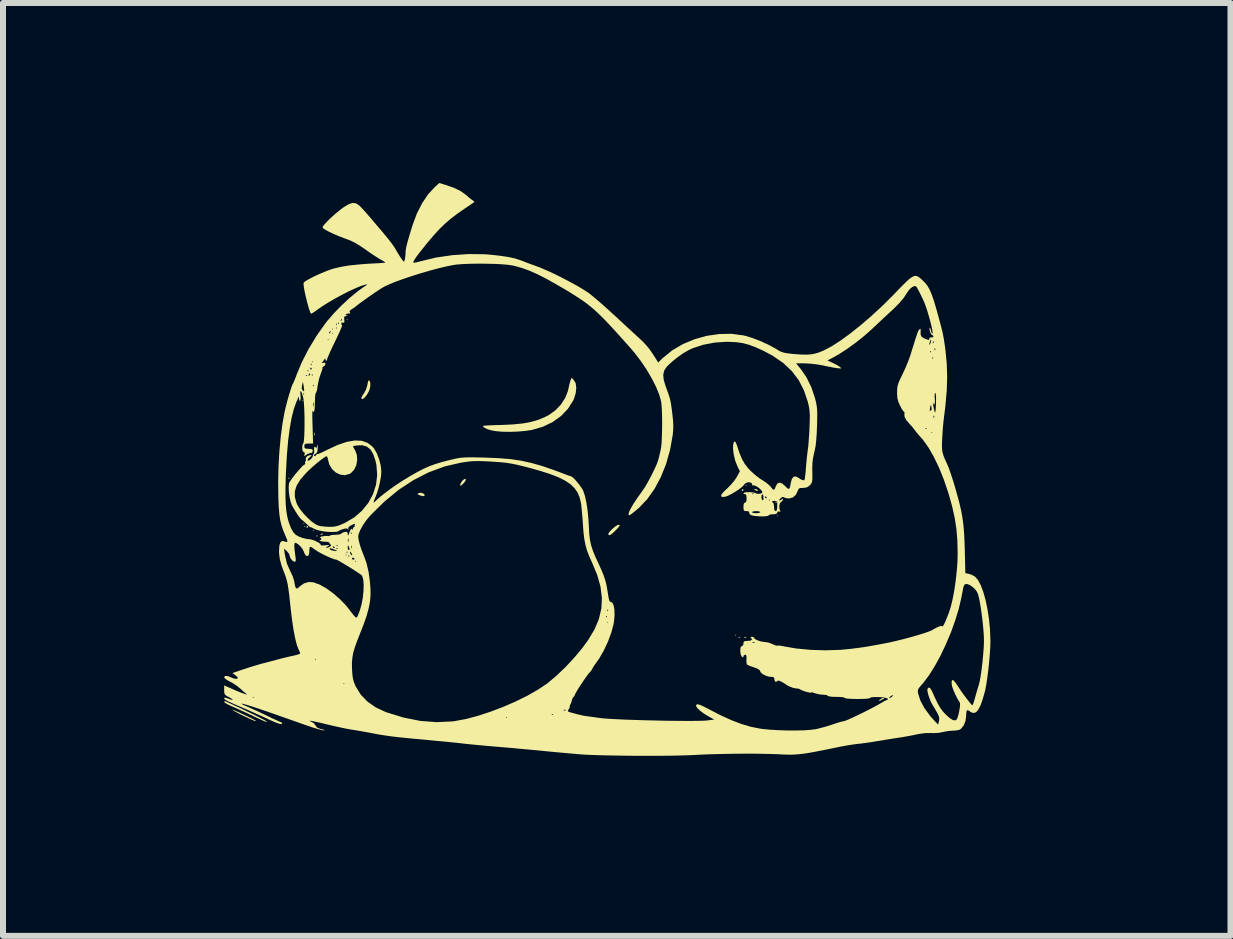
<source format=kicad_pcb>
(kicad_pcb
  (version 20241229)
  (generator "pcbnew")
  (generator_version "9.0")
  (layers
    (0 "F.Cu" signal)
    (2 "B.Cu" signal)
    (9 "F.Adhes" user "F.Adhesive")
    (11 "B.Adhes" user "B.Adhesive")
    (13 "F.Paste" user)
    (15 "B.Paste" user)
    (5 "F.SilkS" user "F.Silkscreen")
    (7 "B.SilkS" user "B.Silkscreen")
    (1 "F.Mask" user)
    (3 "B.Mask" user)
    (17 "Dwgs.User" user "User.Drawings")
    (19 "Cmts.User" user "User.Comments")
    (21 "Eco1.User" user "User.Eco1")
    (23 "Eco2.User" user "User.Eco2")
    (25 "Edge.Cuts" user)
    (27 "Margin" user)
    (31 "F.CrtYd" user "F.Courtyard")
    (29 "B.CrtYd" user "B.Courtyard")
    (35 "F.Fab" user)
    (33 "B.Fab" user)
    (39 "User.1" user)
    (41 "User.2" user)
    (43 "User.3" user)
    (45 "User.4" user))
  (footprint "kodakku_ura"
    (layer "F.Cu")
    (at 7.229 4.342)
    (property "Reference" "kodakku_ura" (at 0 0 0) (layer "User.1") (effects (font (size 1.5 1.5) (thickness 0.3))))
    (attr board_only exclude_from_pos_files exclude_from_bom)
    (fp_poly (pts (xy -5.224 -0.712) (xy -5.233 -0.704) (xy -5.242 -0.712) (xy -5.233 -0.721)) (stroke (width 0) (type solid)) (fill yes) (layer "F.SilkS"))
    (fp_poly (pts (xy -5.207 1.328) (xy -5.215 1.337) (xy -5.224 1.328) (xy -5.215 1.319)) (stroke (width 0) (type solid)) (fill yes) (layer "F.SilkS"))
    (fp_poly (pts (xy -5.189 1.381) (xy -5.198 1.39) (xy -5.207 1.381) (xy -5.198 1.372)) (stroke (width 0) (type solid)) (fill yes) (layer "F.SilkS"))
    (fp_poly (pts (xy -5.048 1.451) (xy -5.057 1.46) (xy -5.066 1.451) (xy -5.057 1.442)) (stroke (width 0) (type solid)) (fill yes) (layer "F.SilkS"))
    (fp_poly (pts (xy -4.485 -2.067) (xy -4.494 -2.058) (xy -4.503 -2.067) (xy -4.494 -2.076)) (stroke (width 0) (type solid)) (fill yes) (layer "F.SilkS"))
    (fp_poly (pts (xy 1.988 3.193) (xy 1.979 3.201) (xy 1.97 3.193) (xy 1.979 3.184)) (stroke (width 0) (type solid)) (fill yes) (layer "F.SilkS"))
    (fp_poly (pts (xy 2.164 0.695) (xy 2.155 0.704) (xy 2.146 0.695) (xy 2.155 0.686)) (stroke (width 0) (type solid)) (fill yes) (layer "F.SilkS"))
    (fp_poly (pts (xy 2.691 1.205) (xy 2.682 1.214) (xy 2.674 1.205) (xy 2.682 1.196)) (stroke (width 0) (type solid)) (fill yes) (layer "F.SilkS"))
    (fp_poly (pts (xy -5.459 0.569) (xy -5.457 0.59) (xy -5.459 0.592) (xy -5.469 0.59) (xy -5.47 0.58) (xy -5.464 0.566)) (stroke (width 0) (type solid)) (fill yes) (layer "F.SilkS"))
    (fp_poly (pts (xy -5.037 -0.18) (xy -5.034 -0.144) (xy -5.037 -0.136) (xy -5.043 -0.134) (xy -5.046 -0.158) (xy -5.043 -0.183)) (stroke (width 0) (type solid)) (fill yes) (layer "F.SilkS"))
    (fp_poly (pts (xy -4.984 1.536) (xy -4.986 1.547) (xy -4.996 1.548) (xy -5.01 1.541) (xy -5.007 1.536) (xy -4.986 1.534)) (stroke (width 0) (type solid)) (fill yes) (layer "F.SilkS"))
    (fp_poly (pts (xy 2.052 3.225) (xy 2.05 3.235) (xy 2.04 3.237) (xy 2.026 3.23) (xy 2.029 3.225) (xy 2.05 3.223)) (stroke (width 0) (type solid)) (fill yes) (layer "F.SilkS"))
    (fp_poly (pts (xy 2.159 3.226) (xy 2.154 3.234) (xy 2.136 3.235) (xy 2.117 3.231) (xy 2.125 3.225) (xy 2.153 3.222)) (stroke (width 0) (type solid)) (fill yes) (layer "F.SilkS"))
    (fp_poly (pts (xy 2.668 0.973) (xy 2.665 0.984) (xy 2.656 0.985) (xy 2.642 0.979) (xy 2.644 0.973) (xy 2.665 0.971)) (stroke (width 0) (type solid)) (fill yes) (layer "F.SilkS"))
    (fp_poly (pts (xy -4.898 1.499) (xy -4.904 1.512) (xy -4.92 1.52) (xy -4.941 1.526) (xy -4.932 1.513) (xy -4.93 1.511) (xy -4.907 1.497)) (stroke (width 0) (type solid)) (fill yes) (layer "F.SilkS"))
    (fp_poly (pts (xy -5.142 1.383) (xy -5.145 1.39) (xy -5.161 1.406) (xy -5.164 1.407) (xy -5.171 1.394) (xy -5.171 1.39) (xy -5.158 1.373) (xy -5.153 1.372)) (stroke (width 0) (type solid)) (fill yes) (layer "F.SilkS"))
    (fp_poly (pts (xy 2.111 0.77) (xy 2.111 0.774) (xy 2.097 0.791) (xy 2.092 0.792) (xy 2.082 0.781) (xy 2.084 0.774) (xy 2.1 0.757) (xy 2.103 0.756)) (stroke (width 0) (type solid)) (fill yes) (layer "F.SilkS"))
    (fp_poly (pts (xy 2.339 0.766) (xy 2.348 0.774) (xy 2.35 0.789) (xy 2.329 0.787) (xy 2.304 0.774) (xy 2.288 0.76) (xy 2.304 0.757) (xy 2.308 0.757)) (stroke (width 0) (type solid)) (fill yes) (layer "F.SilkS"))
    (fp_poly (pts (xy 4.458 4.244) (xy 4.441 4.258) (xy 4.426 4.266) (xy 4.383 4.287) (xy 4.368 4.289) (xy 4.378 4.274) (xy 4.386 4.266) (xy 4.423 4.244) (xy 4.445 4.239)) (stroke (width 0) (type solid)) (fill yes) (layer "F.SilkS"))
    (fp_poly (pts (xy -3.229 0.83) (xy -3.204 0.851) (xy -3.201 0.863) (xy -3.215 0.877) (xy -3.257 0.871) (xy -3.289 0.86) (xy -3.318 0.846) (xy -3.317 0.834) (xy -3.303 0.825) (xy -3.267 0.819)) (stroke (width 0) (type solid)) (fill yes) (layer "F.SilkS"))
    (fp_poly (pts (xy -2.515 0.604) (xy -2.527 0.63) (xy -2.555 0.664) (xy -2.587 0.693) (xy -2.609 0.704) (xy -2.611 0.69) (xy -2.598 0.657) (xy -2.596 0.653) (xy -2.57 0.616) (xy -2.543 0.593) (xy -2.522 0.589)) (stroke (width 0) (type solid)) (fill yes) (layer "F.SilkS"))
    (fp_poly (pts (xy 0.046 1.357) (xy 0.049 1.368) (xy 0.032 1.392) (xy -0.007 1.434) (xy -0.024 1.451) (xy -0.081 1.505) (xy -0.119 1.528) (xy -0.138 1.522) (xy -0.141 1.506) (xy -0.128 1.48) (xy -0.095 1.443) (xy -0.053 1.404) (xy -0.011 1.371) (xy 0.022 1.355) (xy 0.026 1.354)) (stroke (width 0) (type solid)) (fill yes) (layer "F.SilkS"))
    (fp_poly (pts (xy -6.386 4.441) (xy -6.341 4.46) (xy -6.28 4.487) (xy -6.212 4.519) (xy -6.143 4.552) (xy -6.083 4.582) (xy -6.038 4.605) (xy -6.018 4.618) (xy -6.016 4.627) (xy -6.044 4.619) (xy -6.102 4.594) (xy -6.192 4.552) (xy -6.236 4.531) (xy -6.307 4.495) (xy -6.364 4.464) (xy -6.399 4.443) (xy -6.409 4.434) (xy -6.408 4.434)) (stroke (width 0) (type solid)) (fill yes) (layer "F.SilkS"))
    (fp_poly (pts (xy -4.116 -1.04) (xy -4.107 -1.002) (xy -4.109 -0.951) (xy -4.12 -0.899) (xy -4.125 -0.886) (xy -4.152 -0.833) (xy -4.184 -0.787) (xy -4.215 -0.754) (xy -4.241 -0.74) (xy -4.255 -0.748) (xy -4.257 -0.759) (xy -4.247 -0.785) (xy -4.222 -0.825) (xy -4.213 -0.837) (xy -4.182 -0.894) (xy -4.16 -0.96) (xy -4.157 -0.975) (xy -4.148 -1.023) (xy -4.137 -1.051) (xy -4.133 -1.055)) (stroke (width 0) (type solid)) (fill yes) (layer "F.SilkS"))
    (fp_poly (pts (xy -6.515 4.299) (xy -6.469 4.319) (xy -6.402 4.35) (xy -6.321 4.387) (xy -6.232 4.429) (xy -6.142 4.473) (xy -6.054 4.515) (xy -5.976 4.554) (xy -5.913 4.586) (xy -5.872 4.608) (xy -5.866 4.611) (xy -5.832 4.634) (xy -5.827 4.642) (xy -5.85 4.636) (xy -5.899 4.616) (xy -5.972 4.583) (xy -6.016 4.563) (xy -6.11 4.518) (xy -6.188 4.481) (xy -6.262 4.448) (xy -6.345 4.41) (xy -6.434 4.371) (xy -6.489 4.345) (xy -6.528 4.322) (xy -6.543 4.307) (xy -6.543 4.307) (xy -6.537 4.292) (xy -6.537 4.292)) (stroke (width 0) (type solid)) (fill yes) (layer "F.SilkS"))
    (fp_poly (pts (xy -0.716 -1.058) (xy -0.685 -1.004) (xy -0.675 -0.93) (xy -0.684 -0.842) (xy -0.712 -0.749) (xy -0.727 -0.716) (xy -0.814 -0.579) (xy -0.929 -0.459) (xy -1.068 -0.359) (xy -1.229 -0.281) (xy -1.406 -0.229) (xy -1.412 -0.227) (xy -1.52 -0.211) (xy -1.644 -0.2) (xy -1.774 -0.195) (xy -1.9 -0.197) (xy -2.01 -0.206) (xy -2.088 -0.219) (xy -2.151 -0.238) (xy -2.199 -0.26) (xy -2.226 -0.28) (xy -2.227 -0.295) (xy -2.207 -0.298) (xy -2.159 -0.301) (xy -2.086 -0.305) (xy -1.997 -0.308) (xy -1.915 -0.31) (xy -1.727 -0.319) (xy -1.566 -0.335) (xy -1.427 -0.361) (xy -1.304 -0.397) (xy -1.189 -0.446) (xy -1.133 -0.475) (xy -1.026 -0.551) (xy -0.932 -0.649) (xy -0.86 -0.76) (xy -0.814 -0.877) (xy -0.807 -0.908) (xy -0.793 -0.972) (xy -0.779 -1.028) (xy -0.771 -1.054) (xy -0.754 -1.096)) (stroke (width 0) (type solid)) (fill yes) (layer "F.SilkS"))
    (fp_poly (pts (xy -2.855 -4.311) (xy -2.714 -4.262) (xy -2.602 -4.207) (xy -2.514 -4.144) (xy -2.507 -4.138) (xy -2.46 -4.097) (xy -2.418 -4.064) (xy -2.4 -4.052) (xy -2.377 -4.034) (xy -2.375 -4.025) (xy -2.392 -4.012) (xy -2.432 -3.985) (xy -2.488 -3.947) (xy -2.524 -3.923) (xy -2.652 -3.834) (xy -2.763 -3.75) (xy -2.863 -3.664) (xy -2.959 -3.571) (xy -3.058 -3.462) (xy -3.168 -3.332) (xy -3.201 -3.29) (xy -3.28 -3.191) (xy -3.337 -3.116) (xy -3.373 -3.063) (xy -3.39 -3.03) (xy -3.39 -3.015) (xy -3.37 -3.015) (xy -3.325 -3.023) (xy -3.266 -3.039) (xy -3.26 -3.04) (xy -3.011 -3.1) (xy -2.745 -3.139) (xy -2.473 -3.158) (xy -2.209 -3.155) (xy -2.12 -3.149) (xy -1.948 -3.13) (xy -1.808 -3.109) (xy -1.694 -3.084) (xy -1.602 -3.054) (xy -1.582 -3.047) (xy -1.525 -3.024) (xy -1.451 -2.996) (xy -1.374 -2.969) (xy -1.372 -2.968) (xy -1.276 -2.932) (xy -1.162 -2.883) (xy -1.034 -2.824) (xy -0.902 -2.758) (xy -0.773 -2.69) (xy -0.652 -2.624) (xy -0.549 -2.562) (xy -0.469 -2.51) (xy -0.457 -2.501) (xy -0.406 -2.46) (xy -0.335 -2.4) (xy -0.25 -2.327) (xy -0.159 -2.246) (xy -0.068 -2.163) (xy 0.019 -2.084) (xy 0.035 -2.068) (xy 0.103 -2.005) (xy 0.186 -1.928) (xy 0.272 -1.849) (xy 0.341 -1.786) (xy 0.426 -1.707) (xy 0.492 -1.637) (xy 0.55 -1.566) (xy 0.607 -1.483) (xy 0.659 -1.401) (xy 0.689 -1.35) (xy 0.771 -1.429) (xy 0.925 -1.554) (xy 1.101 -1.657) (xy 1.295 -1.738) (xy 1.498 -1.795) (xy 1.707 -1.825) (xy 1.913 -1.829) (xy 2.111 -1.802) (xy 2.152 -1.793) (xy 2.272 -1.755) (xy 2.406 -1.703) (xy 2.539 -1.641) (xy 2.656 -1.577) (xy 2.677 -1.563) (xy 2.72 -1.538) (xy 2.763 -1.521) (xy 2.815 -1.508) (xy 2.886 -1.499) (xy 2.95 -1.492) (xy 3.078 -1.483) (xy 3.181 -1.482) (xy 3.268 -1.491) (xy 3.349 -1.511) (xy 3.432 -1.544) (xy 3.452 -1.553) (xy 3.583 -1.622) (xy 3.73 -1.717) (xy 3.891 -1.834) (xy 4.062 -1.97) (xy 4.239 -2.122) (xy 4.418 -2.287) (xy 4.595 -2.462) (xy 4.626 -2.495) (xy 4.726 -2.598) (xy 4.805 -2.677) (xy 4.866 -2.735) (xy 4.915 -2.772) (xy 4.955 -2.792) (xy 4.988 -2.795) (xy 5.02 -2.783) (xy 5.053 -2.759) (xy 5.093 -2.724) (xy 5.094 -2.723) (xy 5.14 -2.676) (xy 5.18 -2.625) (xy 5.214 -2.564) (xy 5.247 -2.488) (xy 5.281 -2.391) (xy 5.318 -2.268) (xy 5.336 -2.205) (xy 5.372 -2.074) (xy 5.4 -1.97) (xy 5.422 -1.884) (xy 5.438 -1.809) (xy 5.451 -1.738) (xy 5.463 -1.662) (xy 5.475 -1.574) (xy 5.479 -1.543) (xy 5.499 -1.331) (xy 5.506 -1.113) (xy 5.499 -0.883) (xy 5.477 -0.633) (xy 5.452 -0.431) (xy 5.443 -0.353) (xy 5.434 -0.254) (xy 5.427 -0.149) (xy 5.423 -0.084) (xy 5.419 0.009) (xy 5.42 0.078) (xy 5.426 0.134) (xy 5.44 0.189) (xy 5.465 0.253) (xy 5.503 0.336) (xy 5.508 0.347) (xy 5.537 0.418) (xy 5.571 0.517) (xy 5.61 0.636) (xy 5.649 0.769) (xy 5.688 0.908) (xy 5.708 0.984) (xy 5.737 1.107) (xy 5.759 1.227) (xy 5.776 1.353) (xy 5.788 1.493) (xy 5.796 1.655) (xy 5.8 1.779) (xy 5.809 2.16) (xy 5.867 2.171) (xy 5.923 2.191) (xy 5.972 2.22) (xy 6.02 2.275) (xy 6.066 2.361) (xy 6.108 2.473) (xy 6.146 2.607) (xy 6.177 2.756) (xy 6.202 2.918) (xy 6.219 3.087) (xy 6.226 3.259) (xy 6.227 3.305) (xy 6.224 3.397) (xy 6.217 3.509) (xy 6.206 3.634) (xy 6.193 3.763) (xy 6.177 3.887) (xy 6.161 3.998) (xy 6.145 4.087) (xy 6.137 4.125) (xy 6.098 4.261) (xy 6.061 4.365) (xy 6.024 4.436) (xy 5.987 4.478) (xy 5.947 4.491) (xy 5.904 4.478) (xy 5.874 4.456) (xy 5.848 4.442) (xy 5.831 4.453) (xy 5.824 4.495) (xy 5.822 4.543) (xy 5.811 4.625) (xy 5.781 4.699) (xy 5.737 4.753) (xy 5.716 4.767) (xy 5.68 4.778) (xy 5.625 4.784) (xy 5.599 4.785) (xy 5.527 4.79) (xy 5.452 4.804) (xy 5.435 4.808) (xy 5.366 4.821) (xy 5.283 4.826) (xy 5.242 4.824) (xy 5.133 4.826) (xy 5.018 4.843) (xy 5.004 4.846) (xy 4.93 4.862) (xy 4.836 4.879) (xy 4.74 4.896) (xy 4.705 4.901) (xy 4.607 4.916) (xy 4.494 4.934) (xy 4.382 4.953) (xy 4.336 4.96) (xy 4.241 4.976) (xy 4.144 4.99) (xy 4.059 5.001) (xy 4.019 5.005) (xy 3.942 5.015) (xy 3.848 5.029) (xy 3.756 5.046) (xy 3.738 5.049) (xy 3.561 5.086) (xy 3.415 5.115) (xy 3.293 5.139) (xy 3.191 5.157) (xy 3.105 5.17) (xy 3.03 5.178) (xy 2.961 5.183) (xy 2.894 5.185) (xy 2.823 5.184) (xy 2.744 5.181) (xy 2.7 5.178) (xy 2.541 5.173) (xy 2.355 5.169) (xy 2.152 5.168) (xy 1.941 5.17) (xy 1.732 5.174) (xy 1.532 5.179) (xy 1.35 5.187) (xy 1.302 5.19) (xy 1.189 5.195) (xy 1.048 5.199) (xy 0.887 5.202) (xy 0.709 5.204) (xy 0.521 5.204) (xy 0.328 5.204) (xy 0.136 5.202) (xy -0.049 5.199) (xy -0.222 5.196) (xy -0.378 5.191) (xy -0.51 5.186) (xy -0.614 5.179) (xy -0.624 5.178) (xy -0.75 5.167) (xy -0.894 5.154) (xy -1.041 5.141) (xy -1.174 5.128) (xy -1.196 5.126) (xy -1.323 5.113) (xy -1.466 5.1) (xy -1.609 5.087) (xy -1.736 5.075) (xy -1.759 5.073) (xy -1.97 5.055) (xy -2.149 5.04) (xy -2.3 5.026) (xy -2.426 5.014) (xy -2.531 5.003) (xy -2.603 4.995) (xy -2.662 4.988) (xy -2.75 4.979) (xy -2.859 4.968) (xy -2.983 4.957) (xy -3.115 4.944) (xy -3.219 4.934) (xy -3.389 4.919) (xy -3.53 4.905) (xy -3.647 4.893) (xy -3.746 4.881) (xy -3.834 4.869) (xy -3.915 4.857) (xy -3.997 4.843) (xy -4.084 4.826) (xy -4.107 4.822) (xy -4.203 4.804) (xy -4.305 4.786) (xy -4.396 4.771) (xy -4.424 4.767) (xy -4.492 4.755) (xy -4.584 4.736) (xy -4.69 4.713) (xy -4.798 4.688) (xy -4.837 4.679) (xy -4.93 4.656) (xy -5.01 4.638) (xy -5.072 4.625) (xy -5.109 4.619) (xy -5.118 4.619) (xy -5.11 4.629) (xy -5.086 4.638) (xy -5.05 4.66) (xy -5.022 4.697) (xy -4.993 4.734) (xy -4.946 4.754) (xy -4.921 4.76) (xy -4.883 4.769) (xy -4.869 4.777) (xy -4.874 4.78) (xy -4.906 4.777) (xy -4.967 4.762) (xy -5.054 4.736) (xy -5.165 4.699) (xy -5.296 4.653) (xy -5.347 4.635) (xy -5.404 4.615) (xy -5.486 4.586) (xy -5.588 4.55) (xy -5.701 4.51) (xy -5.819 4.469) (xy -5.856 4.457) (xy -5.984 4.413) (xy -6.089 4.379) (xy -6.17 4.354) (xy -6.225 4.339) (xy -6.253 4.334) (xy -6.253 4.339) (xy -6.223 4.356) (xy -6.161 4.383) (xy -6.147 4.389) (xy -6.082 4.418) (xy -5.996 4.457) (xy -5.903 4.501) (xy -5.817 4.542) (xy -5.739 4.58) (xy -5.671 4.611) (xy -5.621 4.634) (xy -5.595 4.644) (xy -5.593 4.644) (xy -5.577 4.657) (xy -5.576 4.663) (xy -5.588 4.675) (xy -5.625 4.67) (xy -5.688 4.647) (xy -5.78 4.607) (xy -5.822 4.587) (xy -5.904 4.549) (xy -6.003 4.505) (xy -6.104 4.46) (xy -6.165 4.433) (xy -6.286 4.381) (xy -6.379 4.341) (xy -6.446 4.31) (xy -6.493 4.288) (xy -6.522 4.271) (xy -6.537 4.259) (xy -6.543 4.249) (xy -6.543 4.246) (xy -6.536 4.234) (xy -6.509 4.239) (xy -6.482 4.249) (xy -6.428 4.269) (xy -6.402 4.273) (xy -6.405 4.263) (xy -6.439 4.24) (xy -6.458 4.23) (xy -6.069 4.23) (xy -6.06 4.239) (xy -6.051 4.23) (xy -6.06 4.222) (xy -6.069 4.23) (xy -6.458 4.23) (xy -6.46 4.229) (xy -6.508 4.202) (xy -6.533 4.179) (xy -6.542 4.148) (xy -6.543 4.109) (xy -6.543 4.031) (xy -6.39 4.098) (xy -6.308 4.133) (xy -6.241 4.159) (xy -6.192 4.176) (xy -6.165 4.183) (xy -6.165 4.178) (xy -6.174 4.171) (xy -6.201 4.15) (xy -6.242 4.114) (xy -6.274 4.084) (xy -6.334 4.036) (xy -6.386 4.002) (xy -4.556 4.002) (xy -4.547 4.011) (xy -4.538 4.002) (xy -4.547 3.993) (xy -4.556 4.002) (xy -6.386 4.002) (xy -6.406 3.989) (xy -6.446 3.968) (xy -6.497 3.94) (xy -6.533 3.913) (xy -6.543 3.896) (xy -6.53 3.874) (xy -6.494 3.873) (xy -6.441 3.892) (xy -6.432 3.896) (xy -6.382 3.916) (xy -6.341 3.922) (xy -6.317 3.914) (xy -6.315 3.906) (xy -6.328 3.886) (xy -6.359 3.858) (xy -6.36 3.857) (xy -6.405 3.825) (xy -6.215 3.76) (xy -6.12 3.729) (xy -6.019 3.698) (xy -5.928 3.671) (xy -5.884 3.66) (xy -5.861 3.654) (xy -4.414 3.654) (xy -4.413 3.744) (xy -4.412 3.766) (xy -4.406 3.855) (xy -4.396 3.922) (xy -4.379 3.982) (xy -4.351 4.048) (xy -4.268 4.183) (xy -4.156 4.3) (xy -4.017 4.397) (xy -3.852 4.474) (xy -3.844 4.477) (xy -3.556 4.566) (xy -3.276 4.622) (xy -3.006 4.643) (xy -2.744 4.631) (xy -2.697 4.625) (xy -2.517 4.591) (xy -2.416 4.565) (xy -1.847 4.565) (xy -1.838 4.573) (xy -1.829 4.565) (xy -1.838 4.556) (xy -1.847 4.565) (xy -2.416 4.565) (xy -2.318 4.539) (xy -2.227 4.509) (xy -1.085 4.509) (xy -1.082 4.519) (xy -1.073 4.521) (xy -1.059 4.514) (xy -1.061 4.509) (xy -1.082 4.507) (xy -1.085 4.509) (xy -2.227 4.509) (xy -2.11 4.471) (xy -2.044 4.446) (xy -0.889 4.446) (xy -0.872 4.449) (xy -0.849 4.446) (xy -0.849 4.44) (xy -0.873 4.435) (xy -0.883 4.438) (xy -0.889 4.446) (xy -2.044 4.446) (xy -1.898 4.391) (xy -1.691 4.301) (xy -1.495 4.205) (xy -1.319 4.105) (xy -1.169 4.005) (xy -1.149 3.99) (xy -1.004 3.868) (xy -0.853 3.724) (xy -0.707 3.567) (xy -0.573 3.406) (xy -0.477 3.274) (xy -0.371 3.097) (xy -0.322 2.982) (xy -0.158 2.982) (xy -0.15 2.99) (xy -0.141 2.982) (xy -0.15 2.973) (xy -0.158 2.982) (xy -0.322 2.982) (xy -0.298 2.923) (xy -0.289 2.885) (xy -0.176 2.885) (xy -0.169 2.899) (xy -0.164 2.896) (xy -0.162 2.876) (xy -0.164 2.873) (xy -0.175 2.875) (xy -0.176 2.885) (xy -0.289 2.885) (xy -0.264 2.779) (xy -0.158 2.779) (xy -0.152 2.794) (xy -0.147 2.791) (xy -0.144 2.77) (xy -0.147 2.767) (xy -0.157 2.77) (xy -0.158 2.779) (xy -0.264 2.779) (xy -0.257 2.749) (xy -0.248 2.571) (xy -0.271 2.387) (xy -0.325 2.193) (xy -0.41 1.988) (xy -0.459 1.879) (xy -0.496 1.783) (xy -0.522 1.691) (xy -0.541 1.593) (xy -0.555 1.478) (xy -0.564 1.354) (xy -0.571 1.251) (xy -0.58 1.151) (xy -0.588 1.064) (xy -0.596 0.999) (xy -0.599 0.982) (xy -0.621 0.892) (xy -0.656 0.812) (xy -0.706 0.741) (xy -0.773 0.677) (xy -0.861 0.618) (xy -0.972 0.562) (xy -1.108 0.509) (xy -1.274 0.456) (xy -1.47 0.401) (xy -1.556 0.379) (xy -1.664 0.353) (xy -1.758 0.334) (xy -1.849 0.32) (xy -1.95 0.31) (xy -2.072 0.302) (xy -2.099 0.3) (xy -2.216 0.294) (xy -2.308 0.292) (xy -2.383 0.293) (xy -2.452 0.298) (xy -2.523 0.307) (xy -2.599 0.319) (xy -2.871 0.382) (xy -3.133 0.479) (xy -3.388 0.609) (xy -3.636 0.772) (xy -3.876 0.97) (xy -4.107 1.198) (xy -4.173 1.277) (xy -4.231 1.361) (xy -4.275 1.441) (xy -4.303 1.511) (xy -4.309 1.551) (xy -4.302 1.61) (xy -4.281 1.69) (xy -4.251 1.78) (xy -4.216 1.867) (xy -4.171 1.991) (xy -4.136 2.142) (xy -4.113 2.311) (xy -4.105 2.419) (xy -4.104 2.526) (xy -4.113 2.634) (xy -4.135 2.746) (xy -4.169 2.871) (xy -4.219 3.014) (xy -4.279 3.167) (xy -4.33 3.296) (xy -4.367 3.401) (xy -4.393 3.49) (xy -4.407 3.572) (xy -4.414 3.654) (xy -5.861 3.654) (xy -5.796 3.637) (xy -5.701 3.612) (xy -5.646 3.597) (xy -5.031 3.597) (xy -5.022 3.606) (xy -5.013 3.597) (xy -5.022 3.588) (xy -5.031 3.597) (xy -5.646 3.597) (xy -5.62 3.59) (xy -5.537 3.569) (xy -5.448 3.548) (xy -5.387 3.535) (xy -5.33 3.521) (xy -5.291 3.508) (xy -5.277 3.497) (xy -5.284 3.471) (xy -5.302 3.434) (xy -5.331 3.359) (xy -5.359 3.251) (xy -5.386 3.111) (xy -5.412 2.939) (xy -5.436 2.738) (xy -5.444 2.665) (xy -5.458 2.531) (xy -5.472 2.426) (xy -5.485 2.343) (xy -5.501 2.275) (xy -5.519 2.216) (xy -5.538 2.164) (xy -5.586 2.037) (xy -5.615 1.929) (xy -5.628 1.831) (xy -5.629 1.791) (xy -5.626 1.75) (xy -5.545 1.75) (xy -5.532 1.847) (xy -5.498 2) (xy -5.436 2.139) (xy -5.428 2.154) (xy -5.398 2.219) (xy -5.377 2.29) (xy -5.374 2.306) (xy -5.361 2.374) (xy -5.347 2.41) (xy -5.326 2.416) (xy -5.297 2.395) (xy -5.281 2.379) (xy -5.214 2.331) (xy -5.133 2.307) (xy -5.057 2.312) (xy -4.953 2.35) (xy -4.839 2.414) (xy -4.722 2.499) (xy -4.609 2.598) (xy -4.506 2.706) (xy -4.468 2.754) (xy -4.414 2.825) (xy -4.378 2.87) (xy -4.354 2.895) (xy -4.339 2.9) (xy -4.328 2.891) (xy -4.317 2.869) (xy -4.314 2.863) (xy -4.28 2.776) (xy -4.252 2.674) (xy -4.232 2.564) (xy -4.221 2.454) (xy -4.218 2.353) (xy -4.225 2.268) (xy -4.243 2.207) (xy -4.247 2.2) (xy -4.266 2.184) (xy -4.308 2.155) (xy -4.366 2.117) (xy -4.433 2.074) (xy -4.504 2.031) (xy -4.57 1.991) (xy -4.621 1.961) (xy -4.362 1.961) (xy -4.354 1.97) (xy -4.345 1.961) (xy -4.354 1.952) (xy -4.362 1.961) (xy -4.621 1.961) (xy -4.625 1.959) (xy -4.662 1.939) (xy -4.674 1.935) (xy -4.711 1.927) (xy -4.736 1.917) (xy -4.415 1.917) (xy -4.401 1.933) (xy -4.388 1.935) (xy -4.369 1.926) (xy -4.371 1.917) (xy -4.394 1.9) (xy -4.399 1.9) (xy -4.415 1.913) (xy -4.415 1.917) (xy -4.736 1.917) (xy -4.769 1.905) (xy -4.839 1.874) (xy -4.846 1.87) (xy -4.48 1.87) (xy -4.477 1.881) (xy -4.468 1.882) (xy -4.453 1.876) (xy -4.456 1.87) (xy -4.477 1.868) (xy -4.48 1.87) (xy -4.846 1.87) (xy -4.876 1.856) (xy -4.521 1.856) (xy -4.512 1.865) (xy -4.503 1.856) (xy -4.512 1.847) (xy -4.521 1.856) (xy -4.876 1.856) (xy -4.912 1.838) (xy -4.96 1.812) (xy -4.503 1.812) (xy -4.497 1.826) (xy -4.491 1.823) (xy -4.491 1.821) (xy -4.446 1.821) (xy -4.432 1.849) (xy -4.415 1.864) (xy -4.413 1.865) (xy -4.409 1.852) (xy -4.419 1.83) (xy -4.437 1.806) (xy -4.446 1.801) (xy -4.446 1.821) (xy -4.491 1.821) (xy -4.489 1.803) (xy -4.491 1.8) (xy -4.502 1.802) (xy -4.503 1.812) (xy -4.96 1.812) (xy -4.978 1.802) (xy -5.029 1.769) (xy -5.045 1.758) (xy -4.784 1.758) (xy -4.784 1.758) (xy -4.768 1.774) (xy -4.724 1.786) (xy -4.67 1.791) (xy -4.663 1.787) (xy -4.685 1.775) (xy -4.705 1.767) (xy -4.753 1.75) (xy -4.763 1.747) (xy -4.673 1.747) (xy -4.671 1.758) (xy -4.661 1.759) (xy -4.647 1.753) (xy -4.65 1.747) (xy -4.671 1.745) (xy -4.673 1.747) (xy -4.763 1.747) (xy -4.776 1.744) (xy -4.784 1.746) (xy -4.784 1.758) (xy -5.045 1.758) (xy -5.078 1.733) (xy -5.106 1.72) (xy -5.119 1.732) (xy -5.124 1.774) (xy -5.125 1.821) (xy -5.136 1.863) (xy -5.159 1.877) (xy -5.185 1.863) (xy -5.208 1.824) (xy -5.211 1.812) (xy -5.232 1.766) (xy -5.268 1.718) (xy -5.31 1.678) (xy -5.348 1.655) (xy -5.359 1.654) (xy -5.371 1.666) (xy -5.374 1.704) (xy -5.37 1.772) (xy -5.357 1.871) (xy -5.356 1.878) (xy -5.35 1.932) (xy -5.352 1.96) (xy -5.364 1.97) (xy -5.37 1.97) (xy -5.402 1.955) (xy -5.432 1.921) (xy -5.451 1.879) (xy -5.453 1.864) (xy -5.465 1.833) (xy -5.495 1.797) (xy -5.499 1.793) (xy -5.545 1.75) (xy -5.626 1.75) (xy -5.624 1.704) (xy -5.608 1.649) (xy -5.58 1.624) (xy -5.54 1.629) (xy -5.534 1.632) (xy -5.503 1.642) (xy -5.49 1.634) (xy -5.494 1.604) (xy -5.517 1.548) (xy -5.525 1.53) (xy -5.561 1.443) (xy -5.589 1.359) (xy -5.61 1.271) (xy -5.624 1.17) (xy -5.634 1.051) (xy -5.64 0.906) (xy -5.641 0.88) (xy -5.522 0.88) (xy -5.517 1.015) (xy -5.506 1.131) (xy -5.489 1.23) (xy -5.465 1.317) (xy -5.435 1.395) (xy -5.423 1.421) (xy -5.389 1.481) (xy -5.351 1.52) (xy -5.297 1.551) (xy -5.23 1.575) (xy -5.158 1.591) (xy -5.135 1.593) (xy -5.087 1.6) (xy -5.035 1.618) (xy -4.986 1.641) (xy -4.949 1.665) (xy -4.933 1.685) (xy -4.935 1.693) (xy -4.926 1.697) (xy -4.89 1.698) (xy -4.861 1.696) (xy -4.811 1.692) (xy -4.793 1.693) (xy -4.8 1.702) (xy -4.82 1.714) (xy -4.844 1.732) (xy -4.839 1.74) (xy -4.837 1.74) (xy -4.803 1.73) (xy -4.791 1.723) (xy -4.732 1.723) (xy -4.719 1.741) (xy -4.714 1.741) (xy -4.697 1.735) (xy -4.697 1.734) (xy -4.701 1.728) (xy -4.484 1.728) (xy -4.48 1.763) (xy -4.468 1.777) (xy -4.452 1.767) (xy -4.452 1.763) (xy -4.459 1.738) (xy -4.464 1.724) (xy -4.43 1.724) (xy -4.427 1.749) (xy -4.421 1.746) (xy -4.419 1.71) (xy -4.421 1.702) (xy -4.427 1.7) (xy -4.43 1.724) (xy -4.464 1.724) (xy -4.468 1.715) (xy -4.479 1.694) (xy -4.483 1.704) (xy -4.484 1.728) (xy -4.701 1.728) (xy -4.709 1.719) (xy -4.714 1.715) (xy -4.73 1.716) (xy -4.732 1.723) (xy -4.791 1.723) (xy -4.777 1.714) (xy -4.758 1.695) (xy -4.759 1.695) (xy -4.673 1.695) (xy -4.671 1.705) (xy -4.661 1.706) (xy -4.647 1.7) (xy -4.65 1.695) (xy -4.671 1.692) (xy -4.673 1.695) (xy -4.759 1.695) (xy -4.764 1.689) (xy -4.782 1.674) (xy -4.784 1.662) (xy -4.795 1.645) (xy -4.831 1.637) (xy -4.863 1.636) (xy -4.913 1.632) (xy -4.947 1.621) (xy -4.953 1.616) (xy -4.954 1.609) (xy -4.482 1.609) (xy -4.48 1.64) (xy -4.475 1.642) (xy -4.474 1.641) (xy -4.47 1.606) (xy -4.473 1.588) (xy -4.479 1.581) (xy -4.482 1.604) (xy -4.482 1.609) (xy -4.954 1.609) (xy -4.955 1.604) (xy -4.946 1.608) (xy -4.928 1.606) (xy -4.925 1.593) (xy -4.937 1.568) (xy -4.947 1.564) (xy -4.947 1.559) (xy -4.92 1.55) (xy -4.908 1.547) (xy -4.857 1.539) (xy -4.818 1.54) (xy -4.815 1.541) (xy -4.79 1.542) (xy -4.784 1.536) (xy -4.769 1.528) (xy -4.728 1.522) (xy -4.696 1.521) (xy -4.642 1.518) (xy -4.605 1.509) (xy -4.595 1.502) (xy -4.569 1.485) (xy -4.534 1.474) (xy -4.499 1.472) (xy -4.486 1.489) (xy -4.484 1.511) (xy -4.481 1.533) (xy -4.474 1.527) (xy -4.461 1.495) (xy -4.433 1.495) (xy -4.426 1.51) (xy -4.421 1.507) (xy -4.419 1.486) (xy -4.421 1.483) (xy -4.431 1.486) (xy -4.433 1.495) (xy -4.461 1.495) (xy -4.459 1.491) (xy -4.456 1.48) (xy -4.436 1.434) (xy -4.422 1.42) (xy -4.413 1.427) (xy -4.401 1.44) (xy -4.398 1.42) (xy -4.388 1.394) (xy -4.377 1.39) (xy -4.365 1.383) (xy -4.368 1.378) (xy -4.369 1.357) (xy -4.361 1.344) (xy -4.363 1.337) (xy -4.39 1.345) (xy -4.413 1.355) (xy -4.459 1.382) (xy -4.476 1.406) (xy -4.474 1.421) (xy -4.47 1.439) (xy -4.481 1.428) (xy -4.498 1.415) (xy -4.526 1.416) (xy -4.571 1.429) (xy -4.614 1.445) (xy -4.636 1.458) (xy -4.637 1.461) (xy -4.649 1.466) (xy -4.687 1.471) (xy -4.728 1.474) (xy -4.816 1.472) (xy -4.907 1.461) (xy -4.99 1.442) (xy -5.052 1.417) (xy -5.061 1.412) (xy -5.09 1.396) (xy -5.101 1.396) (xy -5.112 1.391) (xy -5.141 1.367) (xy -5.164 1.345) (xy -5.205 1.307) (xy -5.239 1.278) (xy -5.249 1.271) (xy -5.274 1.246) (xy -5.31 1.199) (xy -5.35 1.138) (xy -5.39 1.072) (xy -5.416 1.025) (xy -5.437 0.966) (xy -5.454 0.888) (xy -5.454 0.888) (xy -5.366 0.888) (xy -5.339 0.986) (xy -5.323 1.023) (xy -5.283 1.089) (xy -5.225 1.162) (xy -5.157 1.234) (xy -5.087 1.298) (xy -5.021 1.345) (xy -4.977 1.367) (xy -4.927 1.377) (xy -4.858 1.385) (xy -4.796 1.388) (xy -4.732 1.387) (xy -4.679 1.379) (xy -4.625 1.363) (xy -4.556 1.333) (xy -4.527 1.32) (xy -4.375 1.231) (xy -4.246 1.119) (xy -4.141 0.989) (xy -4.062 0.843) (xy -4.012 0.686) (xy -3.993 0.523) (xy -4.006 0.356) (xy -4.02 0.291) (xy -4.057 0.179) (xy -4.104 0.1) (xy -4.164 0.051) (xy -4.238 0.029) (xy -4.314 0.03) (xy -4.363 0.037) (xy -4.393 0.043) (xy -4.398 0.046) (xy -4.389 0.063) (xy -4.369 0.099) (xy -4.362 0.11) (xy -4.332 0.188) (xy -4.326 0.274) (xy -4.341 0.36) (xy -4.377 0.436) (xy -4.43 0.492) (xy -4.451 0.505) (xy -4.529 0.527) (xy -4.609 0.518) (xy -4.683 0.483) (xy -4.746 0.425) (xy -4.791 0.348) (xy -4.809 0.282) (xy -4.819 0.238) (xy -4.831 0.213) (xy -4.835 0.211) (xy -4.86 0.222) (xy -4.905 0.253) (xy -4.962 0.297) (xy -5.027 0.351) (xy -5.093 0.409) (xy -5.153 0.465) (xy -5.182 0.495) (xy -5.274 0.602) (xy -5.335 0.701) (xy -5.365 0.794) (xy -5.366 0.888) (xy -5.454 0.888) (xy -5.465 0.805) (xy -5.468 0.728) (xy -5.463 0.669) (xy -5.459 0.655) (xy -5.44 0.622) (xy -5.407 0.575) (xy -5.364 0.519) (xy -5.317 0.463) (xy -5.271 0.411) (xy -5.233 0.371) (xy -5.206 0.35) (xy -5.199 0.348) (xy -5.191 0.343) (xy -5.194 0.328) (xy -5.196 0.304) (xy -5.189 0.299) (xy -5.18 0.286) (xy -5.183 0.272) (xy -5.181 0.236) (xy -5.154 0.206) (xy -5.113 0.194) (xy -5.112 0.194) (xy -5.087 0.196) (xy -5.089 0.205) (xy -5.114 0.223) (xy -5.144 0.252) (xy -5.154 0.276) (xy -5.144 0.287) (xy -5.121 0.278) (xy -5.095 0.256) (xy -5.073 0.229) (xy -5.066 0.208) (xy -5.058 0.177) (xy -5.051 0.169) (xy -5.043 0.147) (xy -5.044 0.107) (xy -5.044 0.106) (xy -5.045 0.067) (xy -5.033 0.053) (xy -5.013 0.067) (xy -5.011 0.075) (xy -5.006 0.076) (xy -4.997 0.049) (xy -4.995 0.044) (xy -4.987 0.018) (xy -4.984 0.02) (xy -4.984 0.055) (xy -4.984 0.075) (xy -4.99 0.131) (xy -5.004 0.16) (xy -5.018 0.168) (xy -5.042 0.184) (xy -5.048 0.203) (xy -5.031 0.211) (xy -5.014 0.198) (xy -5.013 0.193) (xy -4.999 0.178) (xy -4.988 0.176) (xy -4.961 0.168) (xy -4.913 0.147) (xy -4.851 0.118) (xy -4.825 0.104) (xy -4.653 0.024) (xy -4.5 -0.028) (xy -4.366 -0.051) (xy -4.251 -0.046) (xy -4.153 -0.012) (xy -4.073 0.051) (xy -4.046 0.082) (xy -4 0.161) (xy -3.961 0.261) (xy -3.934 0.368) (xy -3.924 0.462) (xy -3.929 0.541) (xy -3.946 0.638) (xy -3.97 0.742) (xy -4 0.837) (xy -4.02 0.887) (xy -4.041 0.938) (xy -4.053 0.974) (xy -4.054 0.985) (xy -4.038 0.974) (xy -4.007 0.946) (xy -3.997 0.936) (xy -3.948 0.892) (xy -3.878 0.836) (xy -3.793 0.772) (xy -3.704 0.708) (xy -3.617 0.65) (xy -3.571 0.62) (xy -3.434 0.537) (xy -3.318 0.471) (xy -3.216 0.419) (xy -3.12 0.376) (xy -3.022 0.341) (xy -2.914 0.308) (xy -2.79 0.276) (xy -2.764 0.27) (xy -2.7 0.255) (xy -2.646 0.244) (xy -2.594 0.236) (xy -2.538 0.232) (xy -2.47 0.23) (xy -2.385 0.23) (xy -2.276 0.232) (xy -2.199 0.234) (xy -1.976 0.243) (xy -1.777 0.259) (xy -1.594 0.286) (xy -1.416 0.325) (xy -1.235 0.377) (xy -1.039 0.445) (xy -0.956 0.476) (xy -0.882 0.504) (xy -0.821 0.527) (xy -0.779 0.541) (xy -0.764 0.545) (xy -0.74 0.559) (xy -0.703 0.593) (xy -0.66 0.642) (xy -0.617 0.696) (xy -0.581 0.748) (xy -0.56 0.785) (xy -0.531 0.871) (xy -0.506 0.985) (xy -0.486 1.121) (xy -0.472 1.273) (xy -0.465 1.39) (xy -0.459 1.506) (xy -0.447 1.604) (xy -0.428 1.695) (xy -0.398 1.787) (xy -0.355 1.891) (xy -0.309 1.99) (xy -0.258 2.102) (xy -0.22 2.194) (xy -0.193 2.274) (xy -0.173 2.353) (xy -0.158 2.436) (xy -0.144 2.523) (xy -0.134 2.581) (xy -0.125 2.615) (xy -0.115 2.632) (xy -0.104 2.638) (xy -0.098 2.639) (xy -0.072 2.655) (xy -0.052 2.699) (xy -0.04 2.765) (xy -0.037 2.847) (xy -0.043 2.937) (xy -0.054 3.011) (xy -0.091 3.151) (xy -0.147 3.301) (xy -0.216 3.448) (xy -0.292 3.582) (xy -0.367 3.686) (xy -0.386 3.715) (xy -0.405 3.748) (xy -0.425 3.783) (xy -0.438 3.799) (xy -0.464 3.827) (xy -0.501 3.876) (xy -0.545 3.938) (xy -0.591 4.006) (xy -0.635 4.074) (xy -0.671 4.134) (xy -0.696 4.179) (xy -0.704 4.201) (xy -0.715 4.22) (xy -0.72 4.222) (xy -0.734 4.237) (xy -0.747 4.274) (xy -0.748 4.279) (xy -0.762 4.325) (xy -0.778 4.358) (xy -0.778 4.358) (xy -0.787 4.377) (xy -0.783 4.38) (xy -0.782 4.392) (xy -0.798 4.422) (xy -0.815 4.453) (xy -0.809 4.467) (xy -0.786 4.476) (xy -0.656 4.512) (xy -0.551 4.536) (xy -0.484 4.546) (xy -0.416 4.555) (xy -0.335 4.566) (xy -0.281 4.574) (xy -0.215 4.581) (xy -0.119 4.588) (xy 0.001 4.594) (xy 0.139 4.601) (xy 0.292 4.606) (xy 0.454 4.611) (xy 0.621 4.615) (xy 0.787 4.619) (xy 0.948 4.621) (xy 1.099 4.622) (xy 1.236 4.623) (xy 1.352 4.621) (xy 1.443 4.619) (xy 1.505 4.615) (xy 1.511 4.614) (xy 1.624 4.6) (xy 1.532 4.549) (xy 1.457 4.504) (xy 1.395 4.458) (xy 1.349 4.416) (xy 1.324 4.381) (xy 1.321 4.356) (xy 1.345 4.345) (xy 1.35 4.345) (xy 1.379 4.353) (xy 1.429 4.374) (xy 1.492 4.405) (xy 1.513 4.416) (xy 1.72 4.523) (xy 1.906 4.608) (xy 2.075 4.673) (xy 2.233 4.72) (xy 2.383 4.75) (xy 2.433 4.757) (xy 2.559 4.769) (xy 2.699 4.777) (xy 2.844 4.782) (xy 2.986 4.782) (xy 3.117 4.779) (xy 3.23 4.771) (xy 3.317 4.76) (xy 3.326 4.758) (xy 3.406 4.738) (xy 3.501 4.712) (xy 3.591 4.683) (xy 3.604 4.679) (xy 3.675 4.655) (xy 3.736 4.637) (xy 3.778 4.627) (xy 3.787 4.626) (xy 3.813 4.618) (xy 3.864 4.597) (xy 3.934 4.566) (xy 4.016 4.526) (xy 4.106 4.483) (xy 4.195 4.438) (xy 4.28 4.394) (xy 4.352 4.355) (xy 4.407 4.323) (xy 4.414 4.319) (xy 4.46 4.292) (xy 4.495 4.276) (xy 4.504 4.274) (xy 4.518 4.262) (xy 4.516 4.252) (xy 4.497 4.242) (xy 4.472 4.237) (xy 4.541 4.237) (xy 4.554 4.239) (xy 4.576 4.227) (xy 4.593 4.21) (xy 4.608 4.19) (xy 4.597 4.192) (xy 4.578 4.202) (xy 4.545 4.224) (xy 4.541 4.237) (xy 4.472 4.237) (xy 4.454 4.233) (xy 4.397 4.227) (xy 4.335 4.225) (xy 4.279 4.225) (xy 4.238 4.23) (xy 4.222 4.239) (xy 4.222 4.239) (xy 4.205 4.247) (xy 4.157 4.253) (xy 4.083 4.256) (xy 4.011 4.257) (xy 3.918 4.255) (xy 3.849 4.251) (xy 3.809 4.245) (xy 3.799 4.239) (xy 3.783 4.23) (xy 3.738 4.224) (xy 3.671 4.222) (xy 3.659 4.222) (xy 3.589 4.22) (xy 3.54 4.214) (xy 3.518 4.206) (xy 3.518 4.204) (xy 3.502 4.193) (xy 3.463 4.187) (xy 3.441 4.186) (xy 3.375 4.18) (xy 3.311 4.164) (xy 3.3 4.16) (xy 3.26 4.147) (xy 3.238 4.147) (xy 3.237 4.15) (xy 3.222 4.152) (xy 3.186 4.145) (xy 3.151 4.135) (xy 5.017 4.135) (xy 5.021 4.162) (xy 5.059 4.282) (xy 5.127 4.409) (xy 5.222 4.539) (xy 5.282 4.607) (xy 5.356 4.684) (xy 5.37 4.624) (xy 5.375 4.581) (xy 5.366 4.54) (xy 5.34 4.487) (xy 5.335 4.479) (xy 5.302 4.421) (xy 5.271 4.369) (xy 5.258 4.347) (xy 5.229 4.291) (xy 5.204 4.226) (xy 5.185 4.163) (xy 5.176 4.114) (xy 5.177 4.092) (xy 5.196 4.066) (xy 5.22 4.074) (xy 5.247 4.115) (xy 5.254 4.129) (xy 5.306 4.244) (xy 5.349 4.333) (xy 5.389 4.402) (xy 5.429 4.457) (xy 5.471 4.505) (xy 5.48 4.513) (xy 5.549 4.576) (xy 5.603 4.609) (xy 5.643 4.613) (xy 5.665 4.598) (xy 5.68 4.567) (xy 5.695 4.516) (xy 5.708 4.454) (xy 5.718 4.393) (xy 5.721 4.344) (xy 5.718 4.318) (xy 5.683 4.263) (xy 5.646 4.192) (xy 5.613 4.116) (xy 5.589 4.05) (xy 5.582 4.017) (xy 5.58 3.963) (xy 5.591 3.941) (xy 5.615 3.95) (xy 5.65 3.991) (xy 5.671 4.024) (xy 5.707 4.078) (xy 5.75 4.142) (xy 5.798 4.207) (xy 5.844 4.268) (xy 5.884 4.319) (xy 5.913 4.352) (xy 5.926 4.362) (xy 5.936 4.347) (xy 5.951 4.305) (xy 5.968 4.246) (xy 5.971 4.235) (xy 5.993 4.155) (xy 6.017 4.073) (xy 6.036 4.014) (xy 6.048 3.964) (xy 6.062 3.886) (xy 6.077 3.789) (xy 6.09 3.68) (xy 6.098 3.606) (xy 6.109 3.484) (xy 6.116 3.386) (xy 6.119 3.304) (xy 6.118 3.226) (xy 6.113 3.143) (xy 6.105 3.049) (xy 6.094 2.941) (xy 6.079 2.827) (xy 6.064 2.722) (xy 6.05 2.639) (xy 6.033 2.559) (xy 6.018 2.505) (xy 6 2.466) (xy 5.976 2.434) (xy 5.947 2.405) (xy 5.888 2.36) (xy 5.837 2.34) (xy 5.8 2.346) (xy 5.78 2.379) (xy 5.78 2.379) (xy 5.772 2.414) (xy 5.761 2.473) (xy 5.747 2.545) (xy 5.743 2.566) (xy 5.7 2.752) (xy 5.64 2.948) (xy 5.568 3.149) (xy 5.484 3.347) (xy 5.394 3.537) (xy 5.298 3.712) (xy 5.201 3.866) (xy 5.104 3.994) (xy 5.078 4.023) (xy 5.039 4.069) (xy 5.02 4.102) (xy 5.017 4.135) (xy 3.151 4.135) (xy 3.139 4.132) (xy 3.093 4.116) (xy 3.058 4.099) (xy 3.049 4.093) (xy 3.024 4.084) (xy 2.989 4.081) (xy 2.943 4.073) (xy 2.887 4.052) (xy 2.836 4.027) (xy 2.814 4.011) (xy 2.794 3.997) (xy 2.756 3.976) (xy 2.746 3.97) (xy 2.703 3.951) (xy 2.68 3.952) (xy 2.672 3.961) (xy 2.652 3.973) (xy 2.644 3.969) (xy 2.633 3.954) (xy 2.626 3.929) (xy 2.623 3.904) (xy 2.607 3.891) (xy 2.581 3.889) (xy 2.534 3.885) (xy 2.481 3.868) (xy 2.432 3.843) (xy 2.4 3.816) (xy 2.392 3.799) (xy 2.378 3.772) (xy 2.333 3.747) (xy 2.309 3.738) (xy 2.252 3.718) (xy 2.205 3.701) (xy 2.191 3.695) (xy 2.169 3.681) (xy 2.161 3.653) (xy 2.161 3.6) (xy 2.162 3.548) (xy 2.154 3.524) (xy 2.139 3.518) (xy 2.115 3.532) (xy 2.111 3.547) (xy 2.106 3.565) (xy 2.087 3.555) (xy 2.084 3.553) (xy 2.066 3.519) (xy 2.058 3.461) (xy 2.058 3.454) (xy 2.062 3.403) (xy 2.074 3.38) (xy 2.084 3.377) (xy 2.106 3.362) (xy 2.111 3.333) (xy 2.113 3.32) (xy 2.259 3.32) (xy 2.276 3.323) (xy 2.299 3.32) (xy 2.3 3.314) (xy 2.276 3.31) (xy 2.266 3.312) (xy 2.259 3.32) (xy 2.113 3.32) (xy 2.115 3.305) (xy 2.133 3.292) (xy 2.175 3.289) (xy 2.181 3.289) (xy 2.231 3.284) (xy 2.251 3.269) (xy 2.252 3.264) (xy 2.238 3.236) (xy 2.23 3.231) (xy 2.227 3.224) (xy 2.247 3.22) (xy 2.278 3.226) (xy 2.287 3.237) (xy 2.302 3.257) (xy 2.342 3.278) (xy 2.394 3.296) (xy 2.448 3.306) (xy 2.467 3.307) (xy 2.521 3.315) (xy 2.581 3.336) (xy 2.593 3.342) (xy 2.638 3.361) (xy 2.669 3.369) (xy 2.675 3.368) (xy 2.699 3.366) (xy 2.744 3.372) (xy 2.769 3.377) (xy 2.987 3.415) (xy 3.227 3.438) (xy 3.477 3.446) (xy 3.725 3.438) (xy 3.896 3.422) (xy 3.981 3.411) (xy 4.053 3.402) (xy 4.119 3.392) (xy 4.19 3.381) (xy 4.273 3.366) (xy 4.377 3.347) (xy 4.441 3.335) (xy 4.549 3.314) (xy 4.665 3.287) (xy 4.786 3.257) (xy 4.905 3.225) (xy 5.016 3.193) (xy 5.115 3.163) (xy 5.195 3.135) (xy 5.251 3.112) (xy 5.277 3.096) (xy 5.297 3.084) (xy 5.337 3.064) (xy 5.351 3.057) (xy 5.396 3.04) (xy 5.419 3.042) (xy 5.422 3.048) (xy 5.432 3.046) (xy 5.451 3.018) (xy 5.475 2.968) (xy 5.502 2.902) (xy 5.531 2.828) (xy 5.557 2.75) (xy 5.567 2.717) (xy 5.597 2.594) (xy 5.625 2.447) (xy 5.648 2.286) (xy 5.666 2.121) (xy 5.678 1.963) (xy 5.681 1.833) (xy 5.676 1.623) (xy 5.661 1.429) (xy 5.632 1.242) (xy 5.59 1.05) (xy 5.531 0.84) (xy 5.52 0.806) (xy 5.448 0.594) (xy 5.368 0.396) (xy 5.282 0.219) (xy 5.194 0.065) (xy 5.104 -0.061) (xy 5.048 -0.124) (xy 5.021 -0.154) (xy 4.997 -0.185) (xy 5.242 -0.185) (xy 5.251 -0.176) (xy 5.259 -0.185) (xy 5.251 -0.193) (xy 5.242 -0.185) (xy 4.997 -0.185) (xy 4.985 -0.199) (xy 4.969 -0.221) (xy 4.939 -0.258) (xy 5.142 -0.258) (xy 5.145 -0.248) (xy 5.154 -0.246) (xy 5.168 -0.253) (xy 5.166 -0.258) (xy 5.145 -0.26) (xy 5.142 -0.258) (xy 4.939 -0.258) (xy 4.93 -0.271) (xy 4.892 -0.314) (xy 4.88 -0.327) (xy 4.825 -0.39) (xy 4.795 -0.447) (xy 4.795 -0.45) (xy 5.278 -0.45) (xy 5.282 -0.427) (xy 5.288 -0.427) (xy 5.292 -0.45) (xy 5.289 -0.461) (xy 5.281 -0.467) (xy 5.278 -0.45) (xy 4.795 -0.45) (xy 4.793 -0.492) (xy 4.796 -0.52) (xy 4.789 -0.528) (xy 4.773 -0.542) (xy 4.77 -0.546) (xy 5.215 -0.546) (xy 5.217 -0.538) (xy 5.218 -0.541) (xy 5.234 -0.556) (xy 5.24 -0.555) (xy 5.247 -0.564) (xy 5.246 -0.597) (xy 5.245 -0.6) (xy 5.239 -0.637) (xy 5.233 -0.643) (xy 5.225 -0.616) (xy 5.219 -0.58) (xy 5.215 -0.546) (xy 4.77 -0.546) (xy 4.748 -0.58) (xy 4.722 -0.629) (xy 4.695 -0.689) (xy 5.266 -0.689) (xy 5.269 -0.666) (xy 5.27 -0.66) (xy 5.285 -0.579) (xy 5.297 -0.531) (xy 5.305 -0.518) (xy 5.312 -0.539) (xy 5.316 -0.594) (xy 5.32 -0.684) (xy 5.321 -0.765) (xy 5.317 -0.819) (xy 5.31 -0.843) (xy 5.307 -0.844) (xy 5.298 -0.828) (xy 5.297 -0.782) (xy 5.3 -0.748) (xy 5.302 -0.693) (xy 5.297 -0.658) (xy 5.287 -0.649) (xy 5.274 -0.669) (xy 5.27 -0.682) (xy 5.266 -0.689) (xy 4.695 -0.689) (xy 4.692 -0.696) (xy 4.676 -0.757) (xy 4.671 -0.83) (xy 4.671 -0.853) (xy 4.673 -0.911) (xy 4.679 -0.958) (xy 4.693 -1.006) (xy 4.717 -1.063) (xy 4.755 -1.141) (xy 4.761 -1.153) (xy 4.806 -1.25) (xy 4.853 -1.362) (xy 4.876 -1.425) (xy 5.259 -1.425) (xy 5.266 -1.41) (xy 5.271 -1.413) (xy 5.273 -1.434) (xy 5.271 -1.437) (xy 5.261 -1.434) (xy 5.259 -1.425) (xy 4.876 -1.425) (xy 4.892 -1.47) (xy 4.906 -1.513) (xy 4.911 -1.53) (xy 5.224 -1.53) (xy 5.231 -1.516) (xy 5.236 -1.519) (xy 5.238 -1.539) (xy 5.236 -1.542) (xy 5.226 -1.54) (xy 5.224 -1.53) (xy 4.911 -1.53) (xy 4.925 -1.576) (xy 5.296 -1.576) (xy 5.299 -1.553) (xy 5.305 -1.553) (xy 5.309 -1.576) (xy 5.307 -1.586) (xy 5.299 -1.593) (xy 5.296 -1.576) (xy 4.925 -1.576) (xy 4.944 -1.635) (xy 4.949 -1.653) (xy 5.209 -1.653) (xy 5.214 -1.644) (xy 5.224 -1.662) (xy 5.227 -1.672) (xy 5.264 -1.672) (xy 5.266 -1.671) (xy 5.282 -1.683) (xy 5.286 -1.689) (xy 5.29 -1.705) (xy 5.288 -1.706) (xy 5.272 -1.694) (xy 5.268 -1.689) (xy 5.264 -1.672) (xy 5.227 -1.672) (xy 5.237 -1.703) (xy 5.239 -1.724) (xy 5.235 -1.734) (xy 5.224 -1.715) (xy 5.212 -1.674) (xy 5.209 -1.653) (xy 4.949 -1.653) (xy 4.972 -1.727) (xy 4.994 -1.794) (xy 5.01 -1.84) (xy 5.022 -1.871) (xy 5.032 -1.889) (xy 5.041 -1.9) (xy 5.045 -1.904) (xy 5.062 -1.912) (xy 5.065 -1.891) (xy 5.064 -1.881) (xy 5.063 -1.821) (xy 5.077 -1.784) (xy 5.111 -1.759) (xy 5.13 -1.75) (xy 5.176 -1.732) (xy 5.199 -1.726) (xy 5.206 -1.733) (xy 5.207 -1.749) (xy 5.22 -1.768) (xy 5.242 -1.768) (xy 5.271 -1.772) (xy 5.277 -1.786) (xy 5.266 -1.807) (xy 5.257 -1.807) (xy 5.241 -1.819) (xy 5.225 -1.852) (xy 5.213 -1.891) (xy 5.211 -1.923) (xy 5.214 -1.931) (xy 5.224 -1.923) (xy 5.234 -1.89) (xy 5.235 -1.885) (xy 5.247 -1.847) (xy 5.259 -1.829) (xy 5.26 -1.829) (xy 5.264 -1.845) (xy 5.259 -1.888) (xy 5.246 -1.951) (xy 5.227 -2.027) (xy 5.204 -2.112) (xy 5.179 -2.197) (xy 5.153 -2.277) (xy 5.128 -2.345) (xy 5.115 -2.375) (xy 5.075 -2.46) (xy 5.038 -2.534) (xy 5.008 -2.59) (xy 4.991 -2.616) (xy 4.964 -2.626) (xy 4.927 -2.61) (xy 4.884 -2.576) (xy 4.846 -2.526) (xy 4.838 -2.514) (xy 4.782 -2.428) (xy 4.706 -2.338) (xy 4.606 -2.238) (xy 4.573 -2.208) (xy 4.519 -2.158) (xy 4.446 -2.09) (xy 4.365 -2.014) (xy 4.283 -1.937) (xy 4.257 -1.912) (xy 4.13 -1.799) (xy 3.989 -1.686) (xy 3.844 -1.581) (xy 3.703 -1.489) (xy 3.589 -1.425) (xy 3.51 -1.385) (xy 3.598 -1.345) (xy 3.654 -1.317) (xy 3.702 -1.289) (xy 3.72 -1.276) (xy 3.739 -1.258) (xy 3.737 -1.251) (xy 3.707 -1.253) (xy 3.676 -1.256) (xy 3.622 -1.264) (xy 3.547 -1.278) (xy 3.465 -1.295) (xy 3.439 -1.301) (xy 3.342 -1.318) (xy 3.237 -1.331) (xy 3.142 -1.336) (xy 3.134 -1.337) (xy 2.988 -1.337) (xy 3.071 -1.236) (xy 3.163 -1.101) (xy 3.242 -0.939) (xy 3.303 -0.758) (xy 3.308 -0.738) (xy 3.322 -0.68) (xy 3.332 -0.627) (xy 3.338 -0.572) (xy 3.341 -0.506) (xy 3.34 -0.424) (xy 3.338 -0.315) (xy 3.337 -0.291) (xy 3.331 -0.154) (xy 3.323 -0.046) (xy 3.313 0.043) (xy 3.298 0.119) (xy 3.291 0.147) (xy 3.271 0.238) (xy 3.26 0.327) (xy 3.258 0.431) (xy 3.259 0.466) (xy 3.26 0.549) (xy 3.259 0.604) (xy 3.253 0.641) (xy 3.242 0.666) (xy 3.224 0.689) (xy 3.22 0.693) (xy 3.179 0.726) (xy 3.127 0.738) (xy 3.103 0.739) (xy 3.055 0.742) (xy 3.03 0.754) (xy 3.019 0.78) (xy 2.987 0.851) (xy 2.936 0.897) (xy 2.872 0.915) (xy 2.869 0.915) (xy 2.821 0.91) (xy 2.788 0.898) (xy 2.785 0.895) (xy 2.762 0.889) (xy 2.731 0.911) (xy 2.728 0.913) (xy 2.706 0.94) (xy 2.713 0.95) (xy 2.716 0.95) (xy 2.743 0.937) (xy 2.748 0.929) (xy 2.758 0.917) (xy 2.768 0.928) (xy 2.764 0.951) (xy 2.745 0.967) (xy 2.719 0.993) (xy 2.709 1.039) (xy 2.709 1.055) (xy 2.714 1.101) (xy 2.727 1.13) (xy 2.731 1.133) (xy 2.734 1.137) (xy 2.713 1.133) (xy 2.682 1.133) (xy 2.674 1.151) (xy 2.663 1.17) (xy 2.628 1.178) (xy 2.603 1.179) (xy 2.559 1.182) (xy 2.535 1.192) (xy 2.533 1.196) (xy 2.517 1.206) (xy 2.476 1.212) (xy 2.419 1.214) (xy 2.356 1.212) (xy 2.296 1.206) (xy 2.249 1.197) (xy 2.228 1.188) (xy 2.207 1.162) (xy 2.207 1.145) (xy 2.206 1.143) (xy 2.252 1.143) (xy 2.267 1.154) (xy 2.306 1.16) (xy 2.322 1.161) (xy 2.366 1.157) (xy 2.39 1.147) (xy 2.392 1.143) (xy 2.377 1.132) (xy 2.338 1.126) (xy 2.322 1.126) (xy 2.278 1.13) (xy 2.253 1.139) (xy 2.252 1.143) (xy 2.206 1.143) (xy 2.201 1.131) (xy 2.165 1.126) (xy 2.165 1.126) (xy 2.13 1.123) (xy 2.115 1.108) (xy 2.111 1.071) (xy 2.111 1.055) (xy 2.115 1.006) (xy 2.13 0.986) (xy 2.137 0.985) (xy 2.156 0.973) (xy 2.156 0.969) (xy 2.586 0.969) (xy 2.599 0.985) (xy 2.603 0.985) (xy 2.614 1.001) (xy 2.62 1.04) (xy 2.621 1.055) (xy 2.625 1.104) (xy 2.64 1.124) (xy 2.647 1.126) (xy 2.666 1.114) (xy 2.673 1.076) (xy 2.674 1.055) (xy 2.674 1.008) (xy 2.674 0.976) (xy 2.674 0.972) (xy 2.659 0.961) (xy 2.63 0.955) (xy 2.597 0.958) (xy 2.586 0.969) (xy 2.156 0.969) (xy 2.163 0.935) (xy 2.164 0.915) (xy 2.161 0.891) (xy 2.41 0.891) (xy 2.414 0.924) (xy 2.422 0.938) (xy 2.437 0.948) (xy 2.44 0.941) (xy 2.533 0.941) (xy 2.542 0.95) (xy 2.551 0.941) (xy 2.542 0.932) (xy 2.533 0.941) (xy 2.44 0.941) (xy 2.444 0.934) (xy 2.445 0.897) (xy 2.444 0.89) (xy 2.469 0.89) (xy 2.471 0.897) (xy 2.487 0.914) (xy 2.49 0.915) (xy 2.498 0.901) (xy 2.498 0.897) (xy 2.484 0.88) (xy 2.479 0.88) (xy 2.469 0.89) (xy 2.444 0.89) (xy 2.44 0.86) (xy 2.428 0.844) (xy 2.427 0.844) (xy 2.415 0.859) (xy 2.41 0.891) (xy 2.161 0.891) (xy 2.159 0.866) (xy 2.145 0.846) (xy 2.137 0.844) (xy 2.114 0.835) (xy 2.113 0.833) (xy 2.257 0.833) (xy 2.26 0.843) (xy 2.269 0.844) (xy 2.284 0.838) (xy 2.281 0.833) (xy 2.26 0.83) (xy 2.257 0.833) (xy 2.113 0.833) (xy 2.111 0.827) (xy 2.126 0.816) (xy 2.165 0.811) (xy 2.215 0.81) (xy 2.266 0.814) (xy 2.304 0.822) (xy 2.317 0.829) (xy 2.343 0.838) (xy 2.381 0.837) (xy 2.414 0.828) (xy 2.427 0.813) (xy 2.413 0.783) (xy 2.379 0.748) (xy 2.336 0.717) (xy 2.295 0.698) (xy 2.266 0.697) (xy 2.266 0.697) (xy 2.254 0.698) (xy 2.258 0.69) (xy 2.254 0.668) (xy 2.234 0.651) (xy 2.187 0.644) (xy 2.141 0.664) (xy 2.116 0.693) (xy 2.089 0.722) (xy 2.04 0.76) (xy 1.978 0.801) (xy 1.912 0.84) (xy 1.853 0.87) (xy 1.81 0.886) (xy 1.809 0.886) (xy 1.757 0.89) (xy 1.737 0.876) (xy 1.746 0.846) (xy 1.787 0.798) (xy 1.838 0.75) (xy 1.905 0.683) (xy 1.964 0.612) (xy 2.001 0.556) (xy 2.052 0.462) (xy 2.013 0.385) (xy 1.974 0.287) (xy 1.948 0.179) (xy 1.937 0.077) (xy 1.938 0.039) (xy 1.947 -0.016) (xy 1.961 -0.037) (xy 1.98 -0.023) (xy 2.001 0.026) (xy 2.004 0.035) (xy 2.045 0.159) (xy 2.086 0.256) (xy 2.131 0.336) (xy 2.184 0.405) (xy 2.225 0.45) (xy 2.289 0.509) (xy 2.359 0.565) (xy 2.422 0.608) (xy 2.428 0.611) (xy 2.487 0.65) (xy 2.539 0.693) (xy 2.565 0.72) (xy 2.598 0.761) (xy 2.621 0.77) (xy 2.637 0.748) (xy 2.648 0.717) (xy 2.674 0.668) (xy 2.711 0.651) (xy 2.758 0.667) (xy 2.808 0.711) (xy 2.844 0.747) (xy 2.867 0.757) (xy 2.883 0.737) (xy 2.895 0.686) (xy 2.9 0.656) (xy 2.918 0.589) (xy 2.947 0.553) (xy 2.986 0.549) (xy 3.008 0.559) (xy 3.053 0.587) (xy 3.077 0.602) (xy 3.11 0.613) (xy 3.126 0.609) (xy 3.133 0.587) (xy 3.14 0.537) (xy 3.148 0.468) (xy 3.152 0.408) (xy 3.16 0.314) (xy 3.169 0.22) (xy 3.179 0.139) (xy 3.183 0.106) (xy 3.191 0.046) (xy 3.198 -0.039) (xy 3.205 -0.139) (xy 3.211 -0.244) (xy 3.212 -0.274) (xy 3.216 -0.382) (xy 3.217 -0.465) (xy 3.214 -0.53) (xy 3.207 -0.587) (xy 3.196 -0.645) (xy 3.186 -0.687) (xy 3.121 -0.882) (xy 3.032 -1.056) (xy 2.916 -1.209) (xy 2.771 -1.345) (xy 2.596 -1.465) (xy 2.44 -1.548) (xy 2.311 -1.606) (xy 2.201 -1.647) (xy 2.099 -1.674) (xy 1.994 -1.689) (xy 1.877 -1.695) (xy 1.829 -1.696) (xy 1.634 -1.683) (xy 1.444 -1.647) (xy 1.269 -1.59) (xy 1.193 -1.555) (xy 1.109 -1.506) (xy 1.015 -1.44) (xy 0.924 -1.367) (xy 0.848 -1.296) (xy 0.828 -1.274) (xy 0.79 -1.215) (xy 0.774 -1.145) (xy 0.782 -1.062) (xy 0.813 -0.958) (xy 0.82 -0.939) (xy 0.851 -0.855) (xy 0.874 -0.788) (xy 0.89 -0.729) (xy 0.903 -0.666) (xy 0.914 -0.588) (xy 0.925 -0.501) (xy 0.937 -0.391) (xy 0.942 -0.302) (xy 0.94 -0.222) (xy 0.932 -0.141) (xy 0.888 0.106) (xy 0.822 0.34) (xy 0.735 0.557) (xy 0.63 0.754) (xy 0.508 0.926) (xy 0.372 1.069) (xy 0.354 1.085) (xy 0.296 1.133) (xy 0.249 1.17) (xy 0.217 1.192) (xy 0.208 1.196) (xy 0.195 1.183) (xy 0.203 1.145) (xy 0.231 1.085) (xy 0.278 1.004) (xy 0.344 0.905) (xy 0.426 0.79) (xy 0.431 0.783) (xy 0.474 0.719) (xy 0.523 0.633) (xy 0.575 0.536) (xy 0.623 0.438) (xy 0.663 0.351) (xy 0.684 0.295) (xy 0.707 0.213) (xy 0.728 0.122) (xy 0.738 0.07) (xy 0.746 0.001) (xy 0.751 -0.092) (xy 0.754 -0.202) (xy 0.756 -0.319) (xy 0.755 -0.435) (xy 0.752 -0.543) (xy 0.747 -0.633) (xy 0.74 -0.697) (xy 0.739 -0.703) (xy 0.707 -0.816) (xy 0.654 -0.946) (xy 0.582 -1.087) (xy 0.496 -1.234) (xy 0.398 -1.379) (xy 0.293 -1.516) (xy 0.236 -1.583) (xy 0.096 -1.74) (xy -0.025 -1.874) (xy -0.13 -1.988) (xy -0.221 -2.083) (xy -0.304 -2.165) (xy -0.38 -2.235) (xy -0.454 -2.297) (xy -0.529 -2.354) (xy -0.608 -2.409) (xy -0.694 -2.465) (xy -0.792 -2.526) (xy -0.831 -2.55) (xy -1.018 -2.659) (xy -1.181 -2.75) (xy -1.325 -2.823) (xy -1.454 -2.88) (xy -1.573 -2.924) (xy -1.686 -2.956) (xy -1.738 -2.968) (xy -1.815 -2.979) (xy -1.919 -2.988) (xy -2.042 -2.994) (xy -2.177 -2.997) (xy -2.315 -2.998) (xy -2.448 -2.996) (xy -2.569 -2.991) (xy -2.67 -2.983) (xy -2.726 -2.975) (xy -2.846 -2.951) (xy -2.982 -2.918) (xy -3.13 -2.878) (xy -3.281 -2.834) (xy -3.431 -2.786) (xy -3.573 -2.738) (xy -3.699 -2.692) (xy -3.805 -2.648) (xy -3.883 -2.611) (xy -3.887 -2.608) (xy -3.93 -2.582) (xy -3.992 -2.542) (xy -4.064 -2.493) (xy -4.14 -2.44) (xy -4.214 -2.388) (xy -4.277 -2.342) (xy -4.323 -2.308) (xy -4.341 -2.292) (xy -4.372 -2.268) (xy -4.414 -2.24) (xy -4.415 -2.24) (xy -4.448 -2.215) (xy -4.453 -2.195) (xy -4.447 -2.186) (xy -4.44 -2.17) (xy -4.461 -2.167) (xy -4.468 -2.168) (xy -4.503 -2.162) (xy -4.517 -2.148) (xy -4.516 -2.132) (xy -4.503 -2.137) (xy -4.488 -2.142) (xy -4.492 -2.132) (xy -4.517 -2.119) (xy -4.527 -2.121) (xy -4.541 -2.117) (xy -4.543 -2.085) (xy -4.542 -2.067) (xy -4.539 -2.027) (xy -4.548 -2.013) (xy -4.563 -2.016) (xy -4.587 -2.015) (xy -4.591 -1.998) (xy -4.584 -1.974) (xy -4.577 -1.97) (xy -4.58 -1.955) (xy -4.597 -1.914) (xy -4.624 -1.851) (xy -4.661 -1.772) (xy -4.699 -1.693) (xy -4.743 -1.603) (xy -4.779 -1.524) (xy -4.807 -1.46) (xy -4.824 -1.419) (xy -4.827 -1.404) (xy -4.831 -1.386) (xy -4.837 -1.381) (xy -4.852 -1.386) (xy -4.855 -1.402) (xy -4.858 -1.422) (xy -4.867 -1.413) (xy -4.876 -1.398) (xy -4.9 -1.364) (xy -4.915 -1.349) (xy -4.916 -1.342) (xy -4.894 -1.346) (xy -4.863 -1.345) (xy -4.854 -1.326) (xy -4.868 -1.299) (xy -4.886 -1.285) (xy -4.905 -1.271) (xy -4.904 -1.267) (xy -4.904 -1.252) (xy -4.915 -1.213) (xy -4.933 -1.165) (xy -4.959 -1.088) (xy -4.979 -1) (xy -4.987 -0.954) (xy -4.995 -0.897) (xy -5.006 -0.858) (xy -5.015 -0.844) (xy -5.022 -0.828) (xy -5.027 -0.784) (xy -5.03 -0.721) (xy -5.031 -0.686) (xy -5.033 -0.605) (xy -5.04 -0.551) (xy -5.05 -0.526) (xy -5.063 -0.532) (xy -5.071 -0.55) (xy -5.073 -0.541) (xy -5.074 -0.502) (xy -5.074 -0.438) (xy -5.072 -0.355) (xy -5.07 -0.286) (xy -5.061 0) (xy -5.134 0) (xy -5.18 0.002) (xy -5.201 0.013) (xy -5.207 0.037) (xy -5.207 0.044) (xy -5.203 0.072) (xy -5.185 0.085) (xy -5.142 0.088) (xy -5.136 0.088) (xy -5.09 0.091) (xy -5.07 0.103) (xy -5.066 0.123) (xy -5.078 0.152) (xy -5.104 0.158) (xy -5.147 0.17) (xy -5.177 0.189) (xy -5.202 0.209) (xy -5.207 0.203) (xy -5.202 0.18) (xy -5.202 0.148) (xy -5.217 0.141) (xy -5.235 0.127) (xy -5.242 0.083) (xy -5.242 0.07) (xy -5.239 0.026) (xy -5.23 0.002) (xy -5.227 0) (xy -5.219 -0.017) (xy -5.213 -0.062) (xy -5.208 -0.131) (xy -5.205 -0.216) (xy -5.204 -0.313) (xy -5.204 -0.414) (xy -5.206 -0.514) (xy -5.21 -0.606) (xy -5.213 -0.651) (xy -5.062 -0.651) (xy -5.06 -0.619) (xy -5.055 -0.615) (xy -5.054 -0.62) (xy -5.051 -0.665) (xy -5.054 -0.682) (xy -5.059 -0.687) (xy -5.062 -0.663) (xy -5.062 -0.651) (xy -5.213 -0.651) (xy -5.215 -0.685) (xy -5.222 -0.745) (xy -5.228 -0.774) (xy -5.242 -0.817) (xy -5.245 -0.827) (xy -5.224 -0.827) (xy -5.218 -0.812) (xy -5.213 -0.815) (xy -5.21 -0.836) (xy -5.213 -0.838) (xy -5.223 -0.836) (xy -5.224 -0.827) (xy -5.245 -0.827) (xy -5.25 -0.845) (xy -5.25 -0.847) (xy -5.262 -0.869) (xy -5.266 -0.874) (xy -5.274 -0.868) (xy -5.274 -0.833) (xy -5.271 -0.806) (xy -5.268 -0.753) (xy -5.273 -0.718) (xy -5.277 -0.712) (xy -5.29 -0.719) (xy -5.296 -0.751) (xy -5.299 -0.778) (xy -5.306 -0.775) (xy -5.306 -0.774) (xy -5.319 -0.74) (xy -5.339 -0.694) (xy -5.341 -0.69) (xy -5.382 -0.576) (xy -5.419 -0.43) (xy -5.45 -0.254) (xy -5.477 -0.049) (xy -5.497 0.181) (xy -5.505 0.317) (xy -5.516 0.534) (xy -5.521 0.721) (xy -5.522 0.88) (xy -5.641 0.88) (xy -5.641 0.871) (xy -5.643 0.623) (xy -5.637 0.37) (xy -5.622 0.122) (xy -5.6 -0.116) (xy -5.571 -0.335) (xy -5.536 -0.528) (xy -5.53 -0.554) (xy -5.51 -0.637) (xy -5.487 -0.725) (xy -5.462 -0.812) (xy -5.438 -0.889) (xy -5.428 -0.919) (xy -5.251 -0.919) (xy -5.238 -0.89) (xy -5.219 -0.872) (xy -5.21 -0.877) (xy -5.212 -0.909) (xy -5.218 -0.952) (xy -5.22 -0.967) (xy -5.066 -0.967) (xy -5.059 -0.953) (xy -5.054 -0.956) (xy -5.052 -0.977) (xy -5.054 -0.979) (xy -5.065 -0.977) (xy -5.066 -0.967) (xy -5.22 -0.967) (xy -5.23 -1.029) (xy -5.245 -0.972) (xy -5.251 -0.919) (xy -5.428 -0.919) (xy -5.418 -0.951) (xy -5.403 -0.988) (xy -5.399 -0.994) (xy -5.386 -1.019) (xy -5.366 -1.067) (xy -5.342 -1.129) (xy -5.34 -1.137) (xy -5.183 -1.137) (xy -5.181 -1.127) (xy -5.171 -1.126) (xy -5.157 -1.132) (xy -5.16 -1.137) (xy -5.181 -1.14) (xy -5.183 -1.137) (xy -5.34 -1.137) (xy -5.338 -1.142) (xy -5.136 -1.142) (xy -5.131 -1.126) (xy -5.118 -1.14) (xy -5.116 -1.143) (xy -5.084 -1.143) (xy -5.077 -1.129) (xy -5.072 -1.132) (xy -5.07 -1.153) (xy -5.072 -1.155) (xy -5.082 -1.153) (xy -5.084 -1.143) (xy -5.116 -1.143) (xy -5.112 -1.153) (xy -5.111 -1.171) (xy -5.119 -1.17) (xy -5.136 -1.147) (xy -5.136 -1.142) (xy -5.338 -1.142) (xy -5.338 -1.143) (xy -5.308 -1.214) (xy -5.154 -1.214) (xy -5.147 -1.199) (xy -5.142 -1.202) (xy -5.14 -1.223) (xy -5.142 -1.225) (xy -5.153 -1.223) (xy -5.154 -1.214) (xy -5.308 -1.214) (xy -5.291 -1.256) (xy -5.113 -1.256) (xy -5.11 -1.249) (xy -5.094 -1.232) (xy -5.091 -1.231) (xy -5.084 -1.245) (xy -5.084 -1.249) (xy -5.097 -1.266) (xy -5.102 -1.266) (xy -5.113 -1.256) (xy -5.291 -1.256) (xy -5.264 -1.319) (xy -5.101 -1.319) (xy -5.095 -1.305) (xy -5.089 -1.308) (xy -5.087 -1.328) (xy -5.089 -1.331) (xy -5.1 -1.329) (xy -5.101 -1.319) (xy -5.264 -1.319) (xy -5.25 -1.353) (xy -5.245 -1.363) (xy -5.084 -1.363) (xy -5.075 -1.354) (xy -5.066 -1.363) (xy -5.075 -1.372) (xy -5.084 -1.363) (xy -5.245 -1.363) (xy -5.139 -1.571) (xy -5.041 -1.733) (xy -4.82 -1.733) (xy -4.811 -1.724) (xy -4.802 -1.733) (xy -4.811 -1.741) (xy -4.82 -1.733) (xy -5.041 -1.733) (xy -5.008 -1.788) (xy -4.977 -1.832) (xy -4.798 -1.832) (xy -4.787 -1.838) (xy -4.749 -1.838) (xy -4.741 -1.829) (xy -4.732 -1.838) (xy -4.741 -1.847) (xy -4.749 -1.838) (xy -4.787 -1.838) (xy -4.785 -1.84) (xy -4.782 -1.842) (xy -4.768 -1.865) (xy -4.77 -1.874) (xy -4.783 -1.869) (xy -4.792 -1.852) (xy -4.798 -1.832) (xy -4.977 -1.832) (xy -4.923 -1.909) (xy -4.749 -1.909) (xy -4.741 -1.9) (xy -4.732 -1.909) (xy -4.741 -1.917) (xy -4.749 -1.909) (xy -4.923 -1.909) (xy -4.911 -1.926) (xy -4.679 -1.926) (xy -4.67 -1.917) (xy -4.661 -1.926) (xy -4.67 -1.935) (xy -4.679 -1.926) (xy -4.911 -1.926) (xy -4.867 -1.988) (xy -4.679 -1.988) (xy -4.673 -1.973) (xy -4.667 -1.976) (xy -4.665 -1.997) (xy -4.667 -1.999) (xy -4.678 -1.997) (xy -4.679 -1.988) (xy -4.867 -1.988) (xy -4.864 -1.992) (xy -4.854 -2.005) (xy -4.644 -2.005) (xy -4.637 -1.991) (xy -4.632 -1.994) (xy -4.63 -2.014) (xy -4.632 -2.017) (xy -4.642 -2.015) (xy -4.644 -2.005) (xy -4.854 -2.005) (xy -4.826 -2.042) (xy -4.604 -2.042) (xy -4.602 -2.04) (xy -4.586 -2.053) (xy -4.582 -2.058) (xy -4.578 -2.074) (xy -4.58 -2.076) (xy -4.596 -2.063) (xy -4.6 -2.058) (xy -4.604 -2.042) (xy -4.826 -2.042) (xy -4.82 -2.049) (xy -4.712 -2.174) (xy -4.586 -2.303) (xy -4.452 -2.427) (xy -4.318 -2.537) (xy -4.205 -2.618) (xy -4.167 -2.643) (xy -4.158 -2.653) (xy -4.175 -2.651) (xy -4.193 -2.648) (xy -4.262 -2.627) (xy -4.353 -2.589) (xy -4.46 -2.54) (xy -4.576 -2.481) (xy -4.694 -2.417) (xy -4.807 -2.351) (xy -4.909 -2.287) (xy -4.988 -2.232) (xy -5.037 -2.196) (xy -5.076 -2.172) (xy -5.094 -2.164) (xy -5.106 -2.18) (xy -5.122 -2.223) (xy -5.142 -2.287) (xy -5.162 -2.363) (xy -5.182 -2.444) (xy -5.2 -2.524) (xy -5.213 -2.594) (xy -5.22 -2.648) (xy -5.219 -2.678) (xy -5.219 -2.679) (xy -5.198 -2.7) (xy -5.151 -2.729) (xy -5.084 -2.765) (xy -5.004 -2.804) (xy -4.918 -2.842) (xy -4.833 -2.877) (xy -4.755 -2.905) (xy -4.714 -2.917) (xy -4.6 -2.944) (xy -4.473 -2.966) (xy -4.326 -2.982) (xy -4.152 -2.996) (xy -4.081 -3) (xy -3.997 -3.004) (xy -3.927 -3.009) (xy -3.878 -3.013) (xy -3.856 -3.016) (xy -3.856 -3.016) (xy -3.867 -3.026) (xy -3.9 -3.046) (xy -3.92 -3.057) (xy -3.964 -3.083) (xy -4.027 -3.123) (xy -4.098 -3.17) (xy -4.136 -3.197) (xy -4.229 -3.261) (xy -4.302 -3.31) (xy -4.363 -3.346) (xy -4.42 -3.374) (xy -4.481 -3.399) (xy -4.541 -3.421) (xy -4.632 -3.456) (xy -4.719 -3.493) (xy -4.796 -3.53) (xy -4.857 -3.563) (xy -4.895 -3.59) (xy -4.904 -3.602) (xy -4.895 -3.624) (xy -4.863 -3.662) (xy -4.815 -3.713) (xy -4.756 -3.77) (xy -4.69 -3.829) (xy -4.623 -3.884) (xy -4.562 -3.931) (xy -4.542 -3.945) (xy -4.463 -3.991) (xy -4.401 -4.01) (xy -4.346 -4.003) (xy -4.292 -3.968) (xy -4.251 -3.927) (xy -4.195 -3.865) (xy -4.134 -3.795) (xy -4.096 -3.752) (xy -4.054 -3.701) (xy -3.996 -3.633) (xy -3.931 -3.557) (xy -3.873 -3.488) (xy -3.813 -3.415) (xy -3.759 -3.346) (xy -3.716 -3.286) (xy -3.69 -3.246) (xy -3.69 -3.245) (xy -3.657 -3.187) (xy -3.617 -3.122) (xy -3.6 -3.096) (xy -3.569 -3.052) (xy -3.551 -3.034) (xy -3.541 -3.038) (xy -3.534 -3.061) (xy -3.526 -3.106) (xy -3.52 -3.166) (xy -3.52 -3.183) (xy -3.518 -3.218) (xy -3.512 -3.258) (xy -3.501 -3.307) (xy -3.484 -3.372) (xy -3.459 -3.457) (xy -3.426 -3.567) (xy -3.4 -3.65) (xy -3.331 -3.835) (xy -3.244 -4.005) (xy -3.144 -4.154) (xy -3.033 -4.274) (xy -3.029 -4.278) (xy -2.958 -4.342)) (stroke (width 0) (type solid)) (fill yes) (layer "F.SilkS")))
  (gr_rect
    (start -3 -3)
    (end 17.457 12.547)
    (stroke (width 0.1) (type default))
    (fill no)
    (layer "Edge.Cuts")))
</source>
